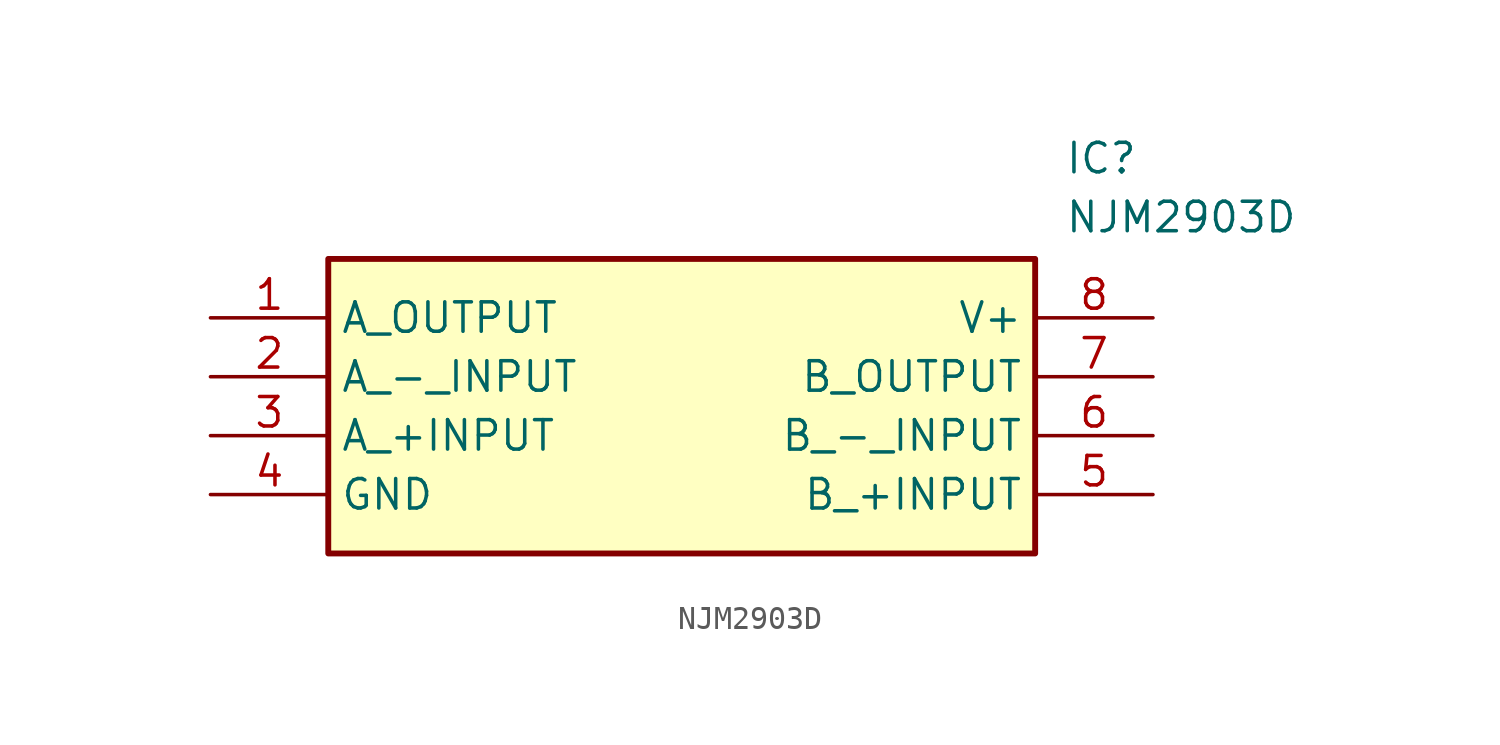
<source format=kicad_sym>
(kicad_symbol_lib
  (version 20211014)
  (generator SamacSys_ECAD_Model)
  (symbol "NJM2903D"
    (property "Reference" "IC"
      (at 36.83 7.62 0)
      (effects (font (size 1.27 1.27)) (justify left top)))
    (property "Value" "NJM2903D"
      (at 36.83 5.08 0)
      (effects (font (size 1.27 1.27)) (justify left top)))
    (rectangle
      (start 5.08 2.54)
      (end 35.56 -10.16)
      (stroke (width 0.254) (type default))
      (fill (type background)))
    (pin passive line
      (at 0 0 0)
      (length 5.08)
      (name "A_OUTPUT" (effects (font (size 1.27 1.27))))
      (number "1" (effects (font (size 1.27 1.27)))))
    (pin passive line
      (at 0 -2.54 0)
      (length 5.08)
      (name "A_-_INPUT" (effects (font (size 1.27 1.27))))
      (number "2" (effects (font (size 1.27 1.27)))))
    (pin passive line
      (at 0 -5.08 0)
      (length 5.08)
      (name "A_+INPUT" (effects (font (size 1.27 1.27))))
      (number "3" (effects (font (size 1.27 1.27)))))
    (pin passive line
      (at 0 -7.62 0)
      (length 5.08)
      (name "GND" (effects (font (size 1.27 1.27))))
      (number "4" (effects (font (size 1.27 1.27)))))
    (pin passive line
      (at 40.64 0 180)
      (length 5.08)
      (name "V+" (effects (font (size 1.27 1.27))))
      (number "8" (effects (font (size 1.27 1.27)))))
    (pin passive line
      (at 40.64 -2.54 180)
      (length 5.08)
      (name "B_OUTPUT" (effects (font (size 1.27 1.27))))
      (number "7" (effects (font (size 1.27 1.27)))))
    (pin passive line
      (at 40.64 -5.08 180)
      (length 5.08)
      (name "B_-_INPUT" (effects (font (size 1.27 1.27))))
      (number "6" (effects (font (size 1.27 1.27)))))
    (pin passive line
      (at 40.64 -7.62 180)
      (length 5.08)
      (name "B_+INPUT" (effects (font (size 1.27 1.27))))
      (number "5" (effects (font (size 1.27 1.27)))))))
</source>
